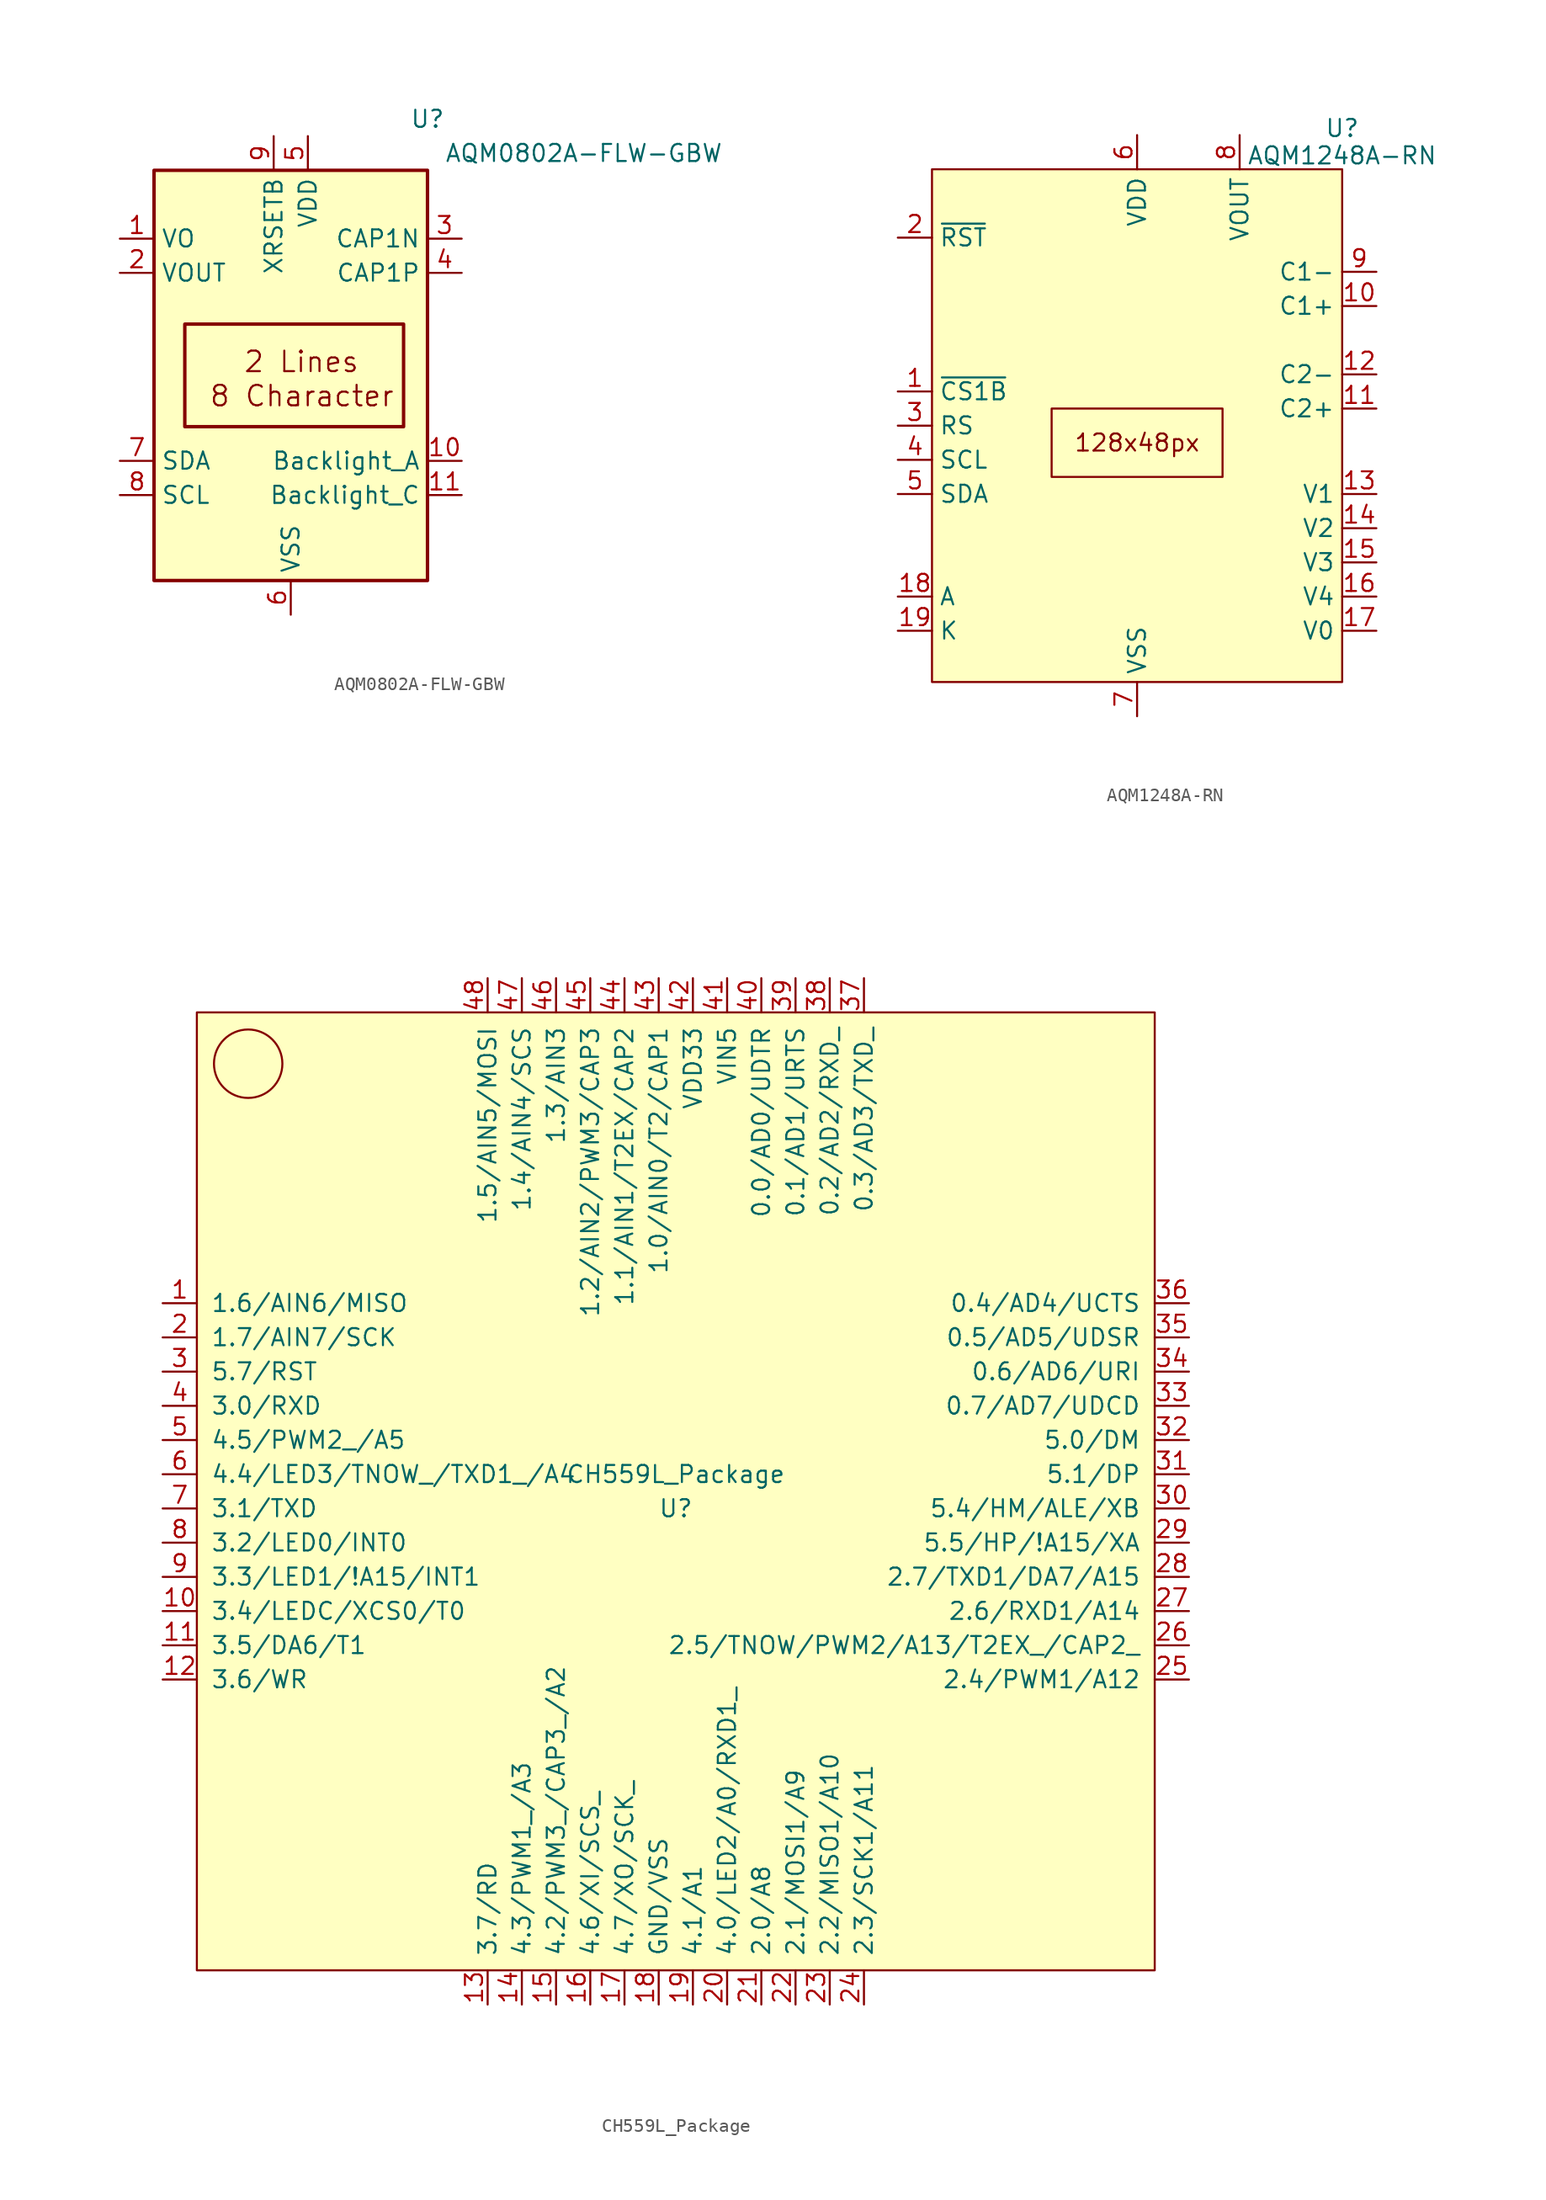
<source format=kicad_sym>
(kicad_symbol_lib
  (version 20231120)
  (generator "kicad_symbol_editor")
  (generator_version "8.0")
  (symbol "AQM0802A-FLW-GBW"
    (property "Reference" "U"
      (at 10.16 19.05 0)
      (effects (font (size 1.27 1.27))))
    (property "Value" "AQM0802A-FLW-GBW"
      (at 11.43 16.51 0)
      (effects (font (size 1.27 1.27)) (justify left)))
    (symbol "AQM0802A-FLW-GBW_0_0"
      (rectangle (start -7.874 3.81) (end 8.382 -3.81) (stroke (width 0.254) (type solid)) (fill (type none)))
      (text "2 Lines" (at -3.556 1.016 0) (effects (font (size 1.524 1.524)) (justify left)))
      (text "8 Character" (at -6.096 -1.524 0) (effects (font (size 1.524 1.524)) (justify left))))
    (symbol "AQM0802A-FLW-GBW_0_1"
      (rectangle (start -10.16 15.24) (end 10.16 -15.24) (stroke (width 0.254) (type solid)) (fill (type background))))
    (symbol "AQM0802A-FLW-GBW_1_1"
      (pin output line (at -12.7 10.16 0) (length 2.54) (name "VO" (effects (font (size 1.27 1.27)))) (number "1" (effects (font (size 1.27 1.27)))))
      (pin input line (at 12.7 -6.35 180) (length 2.54) (name "Backlight_A" (effects (font (size 1.27 1.27)))) (number "10" (effects (font (size 1.27 1.27)))))
      (pin input line (at 12.7 -8.89 180) (length 2.54) (name "Backlight_C" (effects (font (size 1.27 1.27)))) (number "11" (effects (font (size 1.27 1.27)))))
      (pin output line (at -12.7 7.62 0) (length 2.54) (name "VOUT" (effects (font (size 1.27 1.27)))) (number "2" (effects (font (size 1.27 1.27)))))
      (pin output line (at 12.7 10.16 180) (length 2.54) (name "CAP1N" (effects (font (size 1.27 1.27)))) (number "3" (effects (font (size 1.27 1.27)))))
      (pin output line (at 12.7 7.62 180) (length 2.54) (name "CAP1P" (effects (font (size 1.27 1.27)))) (number "4" (effects (font (size 1.27 1.27)))))
      (pin power_in line (at 1.27 17.78 270) (length 2.54) (name "VDD" (effects (font (size 1.27 1.27)))) (number "5" (effects (font (size 1.27 1.27)))))
      (pin power_in line (at 0 -17.78 90) (length 2.54) (name "VSS" (effects (font (size 1.27 1.27)))) (number "6" (effects (font (size 1.27 1.27)))))
      (pin bidirectional line (at -12.7 -6.35 0) (length 2.54) (name "SDA" (effects (font (size 1.27 1.27)))) (number "7" (effects (font (size 1.27 1.27)))))
      (pin input line (at -12.7 -8.89 0) (length 2.54) (name "SCL" (effects (font (size 1.27 1.27)))) (number "8" (effects (font (size 1.27 1.27)))))
      (pin input line (at -1.27 17.78 270) (length 2.54) (name "XRSETB" (effects (font (size 1.27 1.27)))) (number "9" (effects (font (size 1.27 1.27)))))))
  (symbol "AQM1248A-RN"
    (property "Reference" "U"
      (at 15.24 23.368 0)
      (effects (font (size 1.27 1.27))))
    (property "Value" "AQM1248A-RN"
      (at 15.24 21.336 0)
      (effects (font (size 1.27 1.27))))
    (symbol "AQM1248A-RN_0_1"
      (rectangle (start -6.35 2.54) (end 6.35 -2.54) (stroke (width 0) (type default)) (fill (type none))))
    (symbol "AQM1248A-RN_1_1"
      (rectangle (start -15.24 20.32) (end 15.24 -17.78) (stroke (width 0) (type default)) (fill (type background)))
      (text "128x48px" (at 0 0 0) (effects (font (size 1.27 1.27))))
      (pin bidirectional line (at -17.78 3.81 0) (length 2.54) (name "~{CS1B}" (effects (font (size 1.27 1.27)))) (number "1" (effects (font (size 1.27 1.27)))))
      (pin bidirectional line (at 17.78 10.16 180) (length 2.54) (name "C1+" (effects (font (size 1.27 1.27)))) (number "10" (effects (font (size 1.27 1.27)))))
      (pin bidirectional line (at 17.78 2.54 180) (length 2.54) (name "C2+" (effects (font (size 1.27 1.27)))) (number "11" (effects (font (size 1.27 1.27)))))
      (pin bidirectional line (at 17.78 5.08 180) (length 2.54) (name "C2-" (effects (font (size 1.27 1.27)))) (number "12" (effects (font (size 1.27 1.27)))))
      (pin bidirectional line (at 17.78 -3.81 180) (length 2.54) (name "V1" (effects (font (size 1.27 1.27)))) (number "13" (effects (font (size 1.27 1.27)))))
      (pin bidirectional line (at 17.78 -6.35 180) (length 2.54) (name "V2" (effects (font (size 1.27 1.27)))) (number "14" (effects (font (size 1.27 1.27)))))
      (pin bidirectional line (at 17.78 -8.89 180) (length 2.54) (name "V3" (effects (font (size 1.27 1.27)))) (number "15" (effects (font (size 1.27 1.27)))))
      (pin bidirectional line (at 17.78 -11.43 180) (length 2.54) (name "V4" (effects (font (size 1.27 1.27)))) (number "16" (effects (font (size 1.27 1.27)))))
      (pin bidirectional line (at 17.78 -13.97 180) (length 2.54) (name "V0" (effects (font (size 1.27 1.27)))) (number "17" (effects (font (size 1.27 1.27)))))
      (pin bidirectional line (at -17.78 -11.43 0) (length 2.54) (name "A" (effects (font (size 1.27 1.27)))) (number "18" (effects (font (size 1.27 1.27)))))
      (pin bidirectional line (at -17.78 -13.97 0) (length 2.54) (name "K" (effects (font (size 1.27 1.27)))) (number "19" (effects (font (size 1.27 1.27)))))
      (pin bidirectional line (at -17.78 15.24 0) (length 2.54) (name "~{RST}" (effects (font (size 1.27 1.27)))) (number "2" (effects (font (size 1.27 1.27)))))
      (pin bidirectional line (at -17.78 1.27 0) (length 2.54) (name "RS" (effects (font (size 1.27 1.27)))) (number "3" (effects (font (size 1.27 1.27)))))
      (pin bidirectional line (at -17.78 -1.27 0) (length 2.54) (name "SCL" (effects (font (size 1.27 1.27)))) (number "4" (effects (font (size 1.27 1.27)))))
      (pin bidirectional line (at -17.78 -3.81 0) (length 2.54) (name "SDA" (effects (font (size 1.27 1.27)))) (number "5" (effects (font (size 1.27 1.27)))))
      (pin bidirectional line (at 0 22.86 270) (length 2.54) (name "VDD" (effects (font (size 1.27 1.27)))) (number "6" (effects (font (size 1.27 1.27)))))
      (pin bidirectional line (at 0 -20.32 90) (length 2.54) (name "VSS" (effects (font (size 1.27 1.27)))) (number "7" (effects (font (size 1.27 1.27)))))
      (pin bidirectional line (at 7.62 22.86 270) (length 2.54) (name "VOUT" (effects (font (size 1.27 1.27)))) (number "8" (effects (font (size 1.27 1.27)))))
      (pin bidirectional line (at 17.78 12.7 180) (length 2.54) (name "C1-" (effects (font (size 1.27 1.27)))) (number "9" (effects (font (size 1.27 1.27)))))))
  (symbol "CH559L_Package"
    (pin_names
      (offset 1.016))
    (property "Reference" "U"
      (at 0 -1.27 0)
      (effects (font (size 1.27 1.27))))
    (property "Value" "CH559L_Package"
      (at 0 1.27 0)
      (effects (font (size 1.27 1.27))))
    (symbol "CH559L_Package_0_1"
      (rectangle (start -35.56 -35.56) (end 35.56 35.56) (stroke (width 0) (type solid)) (fill (type background)))
      (circle (center -31.75 31.75) (radius 2.54) (stroke (width 0) (type solid)) (fill (type none))))
    (symbol "CH559L_Package_1_1"
      (pin input line (at -38.1 13.97 0) (length 2.54) (name "1.6/AIN6/MISO" (effects (font (size 1.27 1.27)))) (number "1" (effects (font (size 1.27 1.27)))))
      (pin input line (at -38.1 -8.89 0) (length 2.54) (name "3.4/LEDC/XCS0/T0" (effects (font (size 1.27 1.27)))) (number "10" (effects (font (size 1.27 1.27)))))
      (pin input line (at -38.1 -11.43 0) (length 2.54) (name "3.5/DA6/T1" (effects (font (size 1.27 1.27)))) (number "11" (effects (font (size 1.27 1.27)))))
      (pin input line (at -38.1 -13.97 0) (length 2.54) (name "3.6/WR" (effects (font (size 1.27 1.27)))) (number "12" (effects (font (size 1.27 1.27)))))
      (pin input line (at -13.97 -38.1 90) (length 2.54) (name "3.7/RD" (effects (font (size 1.27 1.27)))) (number "13" (effects (font (size 1.27 1.27)))))
      (pin input line (at -11.43 -38.1 90) (length 2.54) (name "4.3/PWM1_/A3" (effects (font (size 1.27 1.27)))) (number "14" (effects (font (size 1.27 1.27)))))
      (pin input line (at -8.89 -38.1 90) (length 2.54) (name "4.2/PWM3_/CAP3_/A2" (effects (font (size 1.27 1.27)))) (number "15" (effects (font (size 1.27 1.27)))))
      (pin input line (at -6.35 -38.1 90) (length 2.54) (name "4.6/XI/SCS_" (effects (font (size 1.27 1.27)))) (number "16" (effects (font (size 1.27 1.27)))))
      (pin input line (at -3.81 -38.1 90) (length 2.54) (name "4.7/XO/SCK_" (effects (font (size 1.27 1.27)))) (number "17" (effects (font (size 1.27 1.27)))))
      (pin power_in line (at -1.27 -38.1 90) (length 2.54) (name "GND/VSS" (effects (font (size 1.27 1.27)))) (number "18" (effects (font (size 1.27 1.27)))))
      (pin input line (at 1.27 -38.1 90) (length 2.54) (name "4.1/A1" (effects (font (size 1.27 1.27)))) (number "19" (effects (font (size 1.27 1.27)))))
      (pin input line (at -38.1 11.43 0) (length 2.54) (name "1.7/AIN7/SCK" (effects (font (size 1.27 1.27)))) (number "2" (effects (font (size 1.27 1.27)))))
      (pin input line (at 3.81 -38.1 90) (length 2.54) (name "4.0/LED2/A0/RXD1_" (effects (font (size 1.27 1.27)))) (number "20" (effects (font (size 1.27 1.27)))))
      (pin input line (at 6.35 -38.1 90) (length 2.54) (name "2.0/A8" (effects (font (size 1.27 1.27)))) (number "21" (effects (font (size 1.27 1.27)))))
      (pin input line (at 8.89 -38.1 90) (length 2.54) (name "2.1/MOSI1/A9" (effects (font (size 1.27 1.27)))) (number "22" (effects (font (size 1.27 1.27)))))
      (pin input line (at 11.43 -38.1 90) (length 2.54) (name "2.2/MISO1/A10" (effects (font (size 1.27 1.27)))) (number "23" (effects (font (size 1.27 1.27)))))
      (pin input line (at 13.97 -38.1 90) (length 2.54) (name "2.3/SCK1/A11" (effects (font (size 1.27 1.27)))) (number "24" (effects (font (size 1.27 1.27)))))
      (pin input line (at 38.1 -13.97 180) (length 2.54) (name "2.4/PWM1/A12" (effects (font (size 1.27 1.27)))) (number "25" (effects (font (size 1.27 1.27)))))
      (pin input line (at 38.1 -11.43 180) (length 2.54) (name "2.5/TNOW/PWM2/A13/T2EX_/CAP2_" (effects (font (size 1.27 1.27)))) (number "26" (effects (font (size 1.27 1.27)))))
      (pin input line (at 38.1 -8.89 180) (length 2.54) (name "2.6/RXD1/A14" (effects (font (size 1.27 1.27)))) (number "27" (effects (font (size 1.27 1.27)))))
      (pin input line (at 38.1 -6.35 180) (length 2.54) (name "2.7/TXD1/DA7/A15" (effects (font (size 1.27 1.27)))) (number "28" (effects (font (size 1.27 1.27)))))
      (pin input line (at 38.1 -3.81 180) (length 2.54) (name "5.5/HP/!A15/XA" (effects (font (size 1.27 1.27)))) (number "29" (effects (font (size 1.27 1.27)))))
      (pin input line (at -38.1 8.89 0) (length 2.54) (name "5.7/RST" (effects (font (size 1.27 1.27)))) (number "3" (effects (font (size 1.27 1.27)))))
      (pin input line (at 38.1 -1.27 180) (length 2.54) (name "5.4/HM/ALE/XB" (effects (font (size 1.27 1.27)))) (number "30" (effects (font (size 1.27 1.27)))))
      (pin input line (at 38.1 1.27 180) (length 2.54) (name "5.1/DP" (effects (font (size 1.27 1.27)))) (number "31" (effects (font (size 1.27 1.27)))))
      (pin input line (at 38.1 3.81 180) (length 2.54) (name "5.0/DM" (effects (font (size 1.27 1.27)))) (number "32" (effects (font (size 1.27 1.27)))))
      (pin input line (at 38.1 6.35 180) (length 2.54) (name "0.7/AD7/UDCD" (effects (font (size 1.27 1.27)))) (number "33" (effects (font (size 1.27 1.27)))))
      (pin input line (at 38.1 8.89 180) (length 2.54) (name "0.6/AD6/URI" (effects (font (size 1.27 1.27)))) (number "34" (effects (font (size 1.27 1.27)))))
      (pin input line (at 38.1 11.43 180) (length 2.54) (name "0.5/AD5/UDSR" (effects (font (size 1.27 1.27)))) (number "35" (effects (font (size 1.27 1.27)))))
      (pin input line (at 38.1 13.97 180) (length 2.54) (name "0.4/AD4/UCTS" (effects (font (size 1.27 1.27)))) (number "36" (effects (font (size 1.27 1.27)))))
      (pin input line (at 13.97 38.1 270) (length 2.54) (name "0.3/AD3/TXD_" (effects (font (size 1.27 1.27)))) (number "37" (effects (font (size 1.27 1.27)))))
      (pin input line (at 11.43 38.1 270) (length 2.54) (name "0.2/AD2/RXD_" (effects (font (size 1.27 1.27)))) (number "38" (effects (font (size 1.27 1.27)))))
      (pin input line (at 8.89 38.1 270) (length 2.54) (name "0.1/AD1/URTS" (effects (font (size 1.27 1.27)))) (number "39" (effects (font (size 1.27 1.27)))))
      (pin input line (at -38.1 6.35 0) (length 2.54) (name "3.0/RXD" (effects (font (size 1.27 1.27)))) (number "4" (effects (font (size 1.27 1.27)))))
      (pin input line (at 6.35 38.1 270) (length 2.54) (name "0.0/AD0/UDTR" (effects (font (size 1.27 1.27)))) (number "40" (effects (font (size 1.27 1.27)))))
      (pin input line (at 3.81 38.1 270) (length 2.54) (name "VIN5" (effects (font (size 1.27 1.27)))) (number "41" (effects (font (size 1.27 1.27)))))
      (pin input line (at 1.27 38.1 270) (length 2.54) (name "VDD33" (effects (font (size 1.27 1.27)))) (number "42" (effects (font (size 1.27 1.27)))))
      (pin input line (at -1.27 38.1 270) (length 2.54) (name "1.0/AIN0/T2/CAP1" (effects (font (size 1.27 1.27)))) (number "43" (effects (font (size 1.27 1.27)))))
      (pin input line (at -3.81 38.1 270) (length 2.54) (name "1.1/AIN1/T2EX/CAP2" (effects (font (size 1.27 1.27)))) (number "44" (effects (font (size 1.27 1.27)))))
      (pin input line (at -6.35 38.1 270) (length 2.54) (name "1.2/AIN2/PWM3/CAP3" (effects (font (size 1.27 1.27)))) (number "45" (effects (font (size 1.27 1.27)))))
      (pin input line (at -8.89 38.1 270) (length 2.54) (name "1.3/AIN3" (effects (font (size 1.27 1.27)))) (number "46" (effects (font (size 1.27 1.27)))))
      (pin input line (at -11.43 38.1 270) (length 2.54) (name "1.4/AIN4/SCS" (effects (font (size 1.27 1.27)))) (number "47" (effects (font (size 1.27 1.27)))))
      (pin input line (at -13.97 38.1 270) (length 2.54) (name "1.5/AIN5/MOSI" (effects (font (size 1.27 1.27)))) (number "48" (effects (font (size 1.27 1.27)))))
      (pin input line (at -38.1 3.81 0) (length 2.54) (name "4.5/PWM2_/A5" (effects (font (size 1.27 1.27)))) (number "5" (effects (font (size 1.27 1.27)))))
      (pin input line (at -38.1 1.27 0) (length 2.54) (name "4.4/LED3/TNOW_/TXD1_/A4" (effects (font (size 1.27 1.27)))) (number "6" (effects (font (size 1.27 1.27)))))
      (pin input line (at -38.1 -1.27 0) (length 2.54) (name "3.1/TXD" (effects (font (size 1.27 1.27)))) (number "7" (effects (font (size 1.27 1.27)))))
      (pin input line (at -38.1 -3.81 0) (length 2.54) (name "3.2/LED0/INT0" (effects (font (size 1.27 1.27)))) (number "8" (effects (font (size 1.27 1.27)))))
      (pin input line (at -38.1 -6.35 0) (length 2.54) (name "3.3/LED1/!A15/INT1" (effects (font (size 1.27 1.27)))) (number "9" (effects (font (size 1.27 1.27))))))))
</source>
